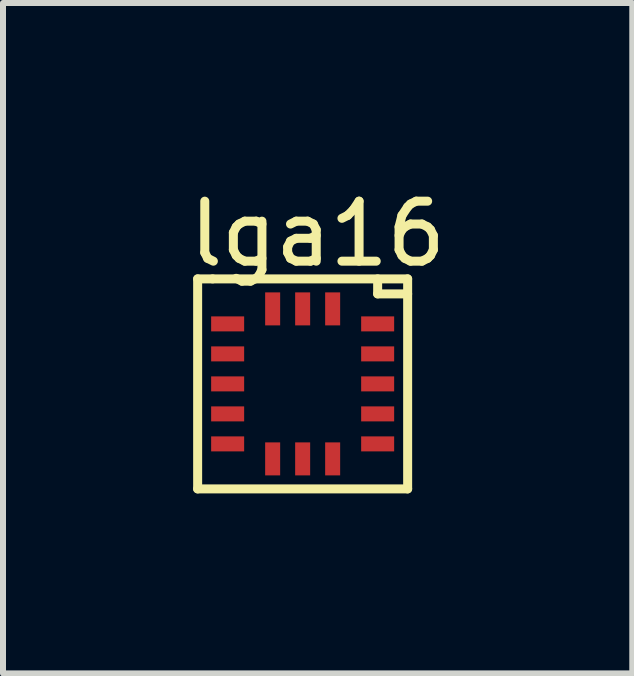
<source format=kicad_pcb>
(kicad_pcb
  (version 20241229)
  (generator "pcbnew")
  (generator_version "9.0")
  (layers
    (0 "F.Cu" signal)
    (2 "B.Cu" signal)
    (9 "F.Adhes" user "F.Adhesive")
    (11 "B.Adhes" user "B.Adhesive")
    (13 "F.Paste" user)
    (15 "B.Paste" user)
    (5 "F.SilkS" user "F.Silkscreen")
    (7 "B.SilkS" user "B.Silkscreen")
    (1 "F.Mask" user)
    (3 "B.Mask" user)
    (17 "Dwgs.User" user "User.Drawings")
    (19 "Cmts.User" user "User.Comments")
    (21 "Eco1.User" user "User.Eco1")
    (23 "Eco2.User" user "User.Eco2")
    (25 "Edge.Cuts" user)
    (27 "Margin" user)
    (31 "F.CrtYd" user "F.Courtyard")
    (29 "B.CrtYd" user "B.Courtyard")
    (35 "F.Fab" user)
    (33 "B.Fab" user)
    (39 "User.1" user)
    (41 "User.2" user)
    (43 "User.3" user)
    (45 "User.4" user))
  (footprint "lga16"
    (layer "F.Cu")
    (at 3.244 2.348)
    (property "Reference" "lga16" (at -1 -1.5 0) (layer "F.SilkS") (effects (font (size 1 1) (thickness 0.15))))
    (attr through_hole)
    (fp_line (start -3 -0.75) (end -2.75 -0.75) (stroke (width 0.15) (type solid)) (layer "F.SilkS"))
    (fp_line (start -3 2.75) (end -3 -0.75) (stroke (width 0.15) (type solid)) (layer "F.SilkS"))
    (fp_line (start -2.75 -0.75) (end 0.5 -0.75) (stroke (width 0.15) (type solid)) (layer "F.SilkS"))
    (fp_line (start 0 -0.75) (end 0 -0.5) (stroke (width 0.15) (type solid)) (layer "F.SilkS"))
    (fp_line (start 0 -0.5) (end 0.5 -0.5) (stroke (width 0.15) (type solid)) (layer "F.SilkS"))
    (fp_line (start 0.5 -0.75) (end 0.5 2.75) (stroke (width 0.15) (type solid)) (layer "F.SilkS"))
    (fp_line (start 0.5 2.75) (end -3 2.75) (stroke (width 0.15) (type solid)) (layer "F.SilkS"))
    (pad "1" smd rect (at 0 0) (size 0.55 0.25) (layers "F.Cu" "F.Mask" "F.Paste"))
    (pad "2" smd rect (at 0 0.5) (size 0.55 0.25) (layers "F.Cu" "F.Mask" "F.Paste"))
    (pad "3" smd rect (at 0 1) (size 0.55 0.25) (layers "F.Cu" "F.Mask" "F.Paste"))
    (pad "4" smd rect (at 0 1.5) (size 0.55 0.25) (layers "F.Cu" "F.Mask" "F.Paste"))
    (pad "5" smd rect (at 0 2) (size 0.55 0.25) (layers "F.Cu" "F.Mask" "F.Paste"))
    (pad "6" smd rect (at -0.75 2.25) (size 0.25 0.55) (layers "F.Cu" "F.Mask" "F.Paste"))
    (pad "7" smd rect (at -1.25 2.25) (size 0.25 0.55) (layers "F.Cu" "F.Mask" "F.Paste"))
    (pad "8" smd rect (at -1.75 2.25) (size 0.25 0.55) (layers "F.Cu" "F.Mask" "F.Paste"))
    (pad "9" smd rect (at -2.5 2) (size 0.55 0.25) (layers "F.Cu" "F.Mask" "F.Paste"))
    (pad "10" smd rect (at -2.5 1.5) (size 0.55 0.25) (layers "F.Cu" "F.Mask" "F.Paste"))
    (pad "11" smd rect (at -2.5 1) (size 0.55 0.25) (layers "F.Cu" "F.Mask" "F.Paste"))
    (pad "12" smd rect (at -2.5 0.5) (size 0.55 0.25) (layers "F.Cu" "F.Mask" "F.Paste"))
    (pad "13" smd rect (at -2.5 0) (size 0.55 0.25) (layers "F.Cu" "F.Mask" "F.Paste"))
    (pad "14" smd rect (at -1.75 -0.25) (size 0.25 0.55) (layers "F.Cu" "F.Mask" "F.Paste"))
    (pad "15" smd rect (at -1.25 -0.25) (size 0.25 0.55) (layers "F.Cu" "F.Mask" "F.Paste"))
    (pad "16" smd rect (at -0.75 -0.25) (size 0.25 0.55) (layers "F.Cu" "F.Mask" "F.Paste")))
  (gr_rect
    (start -3 -3)
    (end 7.488 8.173)
    (stroke (width 0.1) (type default))
    (fill no)
    (layer "Edge.Cuts")))
</source>
